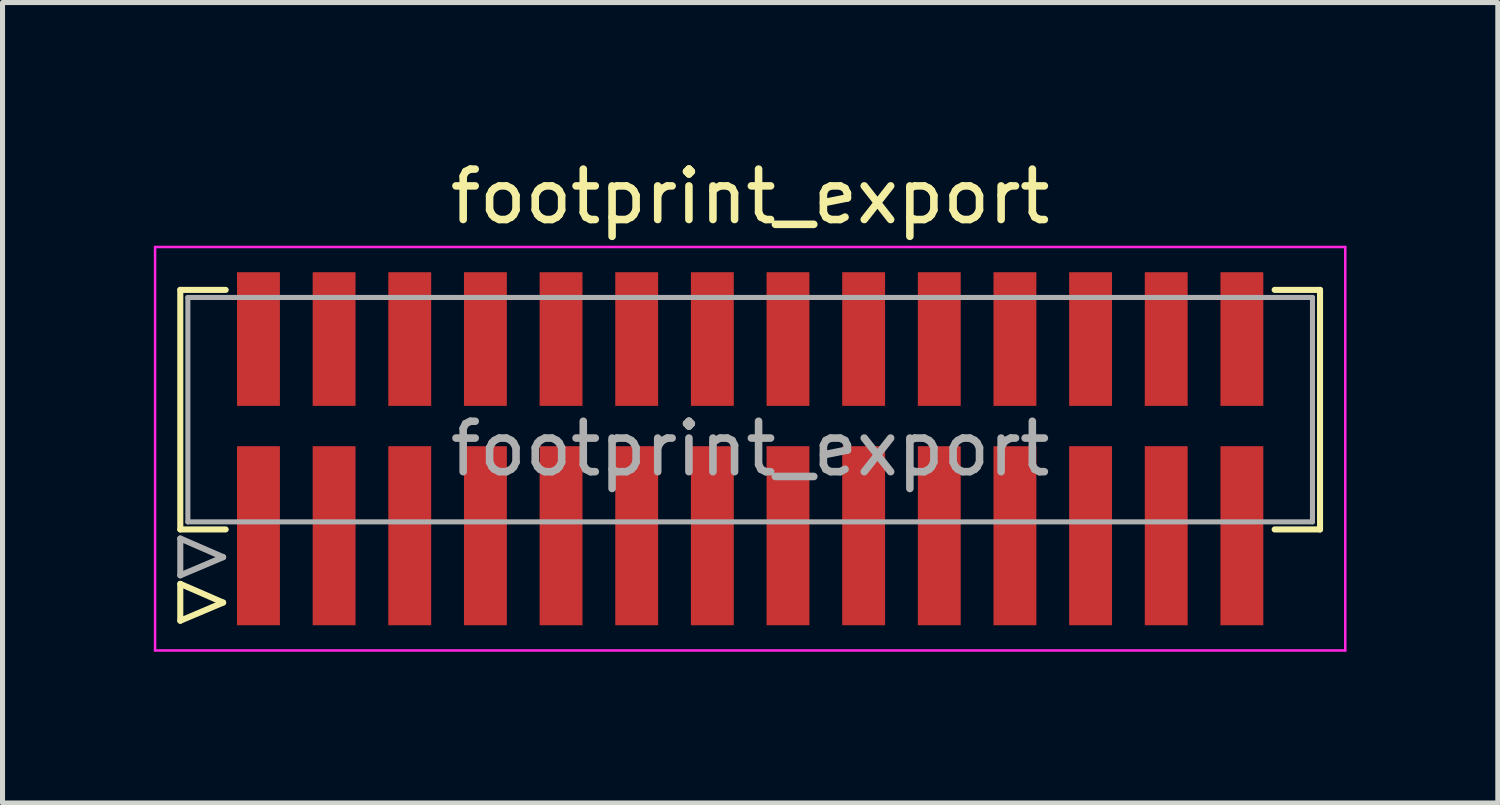
<source format=kicad_pcb>
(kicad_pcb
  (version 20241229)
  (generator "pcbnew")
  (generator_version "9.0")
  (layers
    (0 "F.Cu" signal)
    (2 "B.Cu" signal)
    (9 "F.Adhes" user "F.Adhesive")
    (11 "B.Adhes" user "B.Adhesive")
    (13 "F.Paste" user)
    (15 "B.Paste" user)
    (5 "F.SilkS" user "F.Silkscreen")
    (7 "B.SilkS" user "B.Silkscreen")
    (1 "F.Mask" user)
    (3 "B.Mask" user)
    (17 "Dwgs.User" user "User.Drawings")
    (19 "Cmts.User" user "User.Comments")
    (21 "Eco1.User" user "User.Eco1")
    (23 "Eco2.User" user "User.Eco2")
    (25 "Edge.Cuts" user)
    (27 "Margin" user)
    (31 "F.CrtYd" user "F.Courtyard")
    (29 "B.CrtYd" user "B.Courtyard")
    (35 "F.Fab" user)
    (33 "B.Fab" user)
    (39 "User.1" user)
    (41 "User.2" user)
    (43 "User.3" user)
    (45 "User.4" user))
  (footprint "footprint_export"
    (layer "F.Cu")
    (at 11.825 5.848)
    (property "Reference" "footprint_export" (at 0 -5 0) (layer "F.SilkS") (effects (font (size 1 1) (thickness 0.15))))
    (attr smd)
    (fp_line (start -11.3 -3.15) (end -10.4 -3.15) (stroke (width 0.12) (type solid)) (layer "F.SilkS"))
    (fp_line (start -11.3 1.6) (end -11.3 -3.15) (stroke (width 0.12) (type solid)) (layer "F.SilkS"))
    (fp_line (start -11.3 2.68) (end -11.3 3.41) (stroke (width 0.12) (type solid)) (layer "F.SilkS"))
    (fp_line (start -11.3 3.41) (end -10.45 3.05) (stroke (width 0.12) (type solid)) (layer "F.SilkS"))
    (fp_line (start -10.45 3.05) (end -11.3 2.68) (stroke (width 0.12) (type solid)) (layer "F.SilkS"))
    (fp_line (start -10.4 1.6) (end -11.3 1.6) (stroke (width 0.12) (type solid)) (layer "F.SilkS"))
    (fp_line (start 11.3 -3.15) (end 10.4 -3.15) (stroke (width 0.12) (type solid)) (layer "F.SilkS"))
    (fp_line (start 11.3 -3.15) (end 11.3 1.6) (stroke (width 0.12) (type solid)) (layer "F.SilkS"))
    (fp_line (start 11.3 1.6) (end 10.4 1.6) (stroke (width 0.12) (type solid)) (layer "F.SilkS"))
    (fp_line (start -11.8 -4) (end 11.8 -4) (stroke (width 0.05) (type solid)) (layer "F.CrtYd"))
    (fp_line (start -11.8 4) (end -11.8 -4) (stroke (width 0.05) (type solid)) (layer "F.CrtYd"))
    (fp_line (start 11.8 -4) (end 11.8 4) (stroke (width 0.05) (type solid)) (layer "F.CrtYd"))
    (fp_line (start 11.8 4) (end -11.8 4) (stroke (width 0.05) (type solid)) (layer "F.CrtYd"))
    (fp_line (start -11.3 1.78) (end -11.3 2.51) (stroke (width 0.12) (type solid)) (layer "F.Fab"))
    (fp_line (start -11.3 2.51) (end -10.45 2.15) (stroke (width 0.12) (type solid)) (layer "F.Fab"))
    (fp_line (start -11.15 -3) (end -11.15 1.45) (stroke (width 0.1) (type solid)) (layer "F.Fab"))
    (fp_line (start -11.15 -3) (end 11.15 -3) (stroke (width 0.1) (type solid)) (layer "F.Fab"))
    (fp_line (start -10.45 2.15) (end -11.3 1.78) (stroke (width 0.12) (type solid)) (layer "F.Fab"))
    (fp_line (start 11.15 -3) (end 11.15 1.45) (stroke (width 0.1) (type solid)) (layer "F.Fab"))
    (fp_line (start 11.15 1.45) (end -11.15 1.45) (stroke (width 0.1) (type solid)) (layer "F.Fab"))
    (fp_text user "${REFERENCE}" (at 0 0 0) (layer "F.Fab") (effects (font (size 1 1) (thickness 0.15))))
    (pad "1" smd rect (at -9.75 -2.175 90) (size 2.65 0.85) (layers "F.Cu" "F.Mask" "F.Paste"))
    (pad "1" smd rect (at -9.75 1.725 90) (size 3.55 0.85) (layers "F.Cu" "F.Mask" "F.Paste"))
    (pad "2" smd rect (at -8.25 -2.175 90) (size 2.65 0.85) (layers "F.Cu" "F.Mask" "F.Paste"))
    (pad "2" smd rect (at -8.25 1.725 90) (size 3.55 0.85) (layers "F.Cu" "F.Mask" "F.Paste"))
    (pad "3" smd rect (at -6.75 -2.175 90) (size 2.65 0.85) (layers "F.Cu" "F.Mask" "F.Paste"))
    (pad "3" smd rect (at -6.75 1.725 90) (size 3.55 0.85) (layers "F.Cu" "F.Mask" "F.Paste"))
    (pad "4" smd rect (at -5.25 -2.175 90) (size 2.65 0.85) (layers "F.Cu" "F.Mask" "F.Paste"))
    (pad "4" smd rect (at -5.25 1.725 90) (size 3.55 0.85) (layers "F.Cu" "F.Mask" "F.Paste"))
    (pad "5" smd rect (at -3.75 -2.175 90) (size 2.65 0.85) (layers "F.Cu" "F.Mask" "F.Paste"))
    (pad "5" smd rect (at -3.75 1.725 90) (size 3.55 0.85) (layers "F.Cu" "F.Mask" "F.Paste"))
    (pad "6" smd rect (at -2.25 -2.175 90) (size 2.65 0.85) (layers "F.Cu" "F.Mask" "F.Paste"))
    (pad "6" smd rect (at -2.25 1.725 90) (size 3.55 0.85) (layers "F.Cu" "F.Mask" "F.Paste"))
    (pad "7" smd rect (at -0.75 -2.175 90) (size 2.65 0.85) (layers "F.Cu" "F.Mask" "F.Paste"))
    (pad "7" smd rect (at -0.75 1.725 90) (size 3.55 0.85) (layers "F.Cu" "F.Mask" "F.Paste"))
    (pad "8" smd rect (at 0.75 -2.175 90) (size 2.65 0.85) (layers "F.Cu" "F.Mask" "F.Paste"))
    (pad "8" smd rect (at 0.75 1.725 90) (size 3.55 0.85) (layers "F.Cu" "F.Mask" "F.Paste"))
    (pad "9" smd rect (at 2.25 -2.175 90) (size 2.65 0.85) (layers "F.Cu" "F.Mask" "F.Paste"))
    (pad "9" smd rect (at 2.25 1.725 90) (size 3.55 0.85) (layers "F.Cu" "F.Mask" "F.Paste"))
    (pad "10" smd rect (at 3.75 -2.175 90) (size 2.65 0.85) (layers "F.Cu" "F.Mask" "F.Paste"))
    (pad "10" smd rect (at 3.75 1.725 90) (size 3.55 0.85) (layers "F.Cu" "F.Mask" "F.Paste"))
    (pad "11" smd rect (at 5.25 -2.175 90) (size 2.65 0.85) (layers "F.Cu" "F.Mask" "F.Paste"))
    (pad "11" smd rect (at 5.25 1.725 90) (size 3.55 0.85) (layers "F.Cu" "F.Mask" "F.Paste"))
    (pad "12" smd rect (at 6.75 -2.175 90) (size 2.65 0.85) (layers "F.Cu" "F.Mask" "F.Paste"))
    (pad "12" smd rect (at 6.75 1.725 90) (size 3.55 0.85) (layers "F.Cu" "F.Mask" "F.Paste"))
    (pad "13" smd rect (at 8.25 -2.175 90) (size 2.65 0.85) (layers "F.Cu" "F.Mask" "F.Paste"))
    (pad "13" smd rect (at 8.25 1.725 90) (size 3.55 0.85) (layers "F.Cu" "F.Mask" "F.Paste"))
    (pad "14" smd rect (at 9.75 -2.175 90) (size 2.65 0.85) (layers "F.Cu" "F.Mask" "F.Paste"))
    (pad "14" smd rect (at 9.75 1.725 90) (size 3.55 0.85) (layers "F.Cu" "F.Mask" "F.Paste")))
  (gr_rect
    (start -3 -3)
    (end 26.65 12.873)
    (stroke (width 0.1) (type default))
    (fill no)
    (layer "Edge.Cuts")))
</source>
